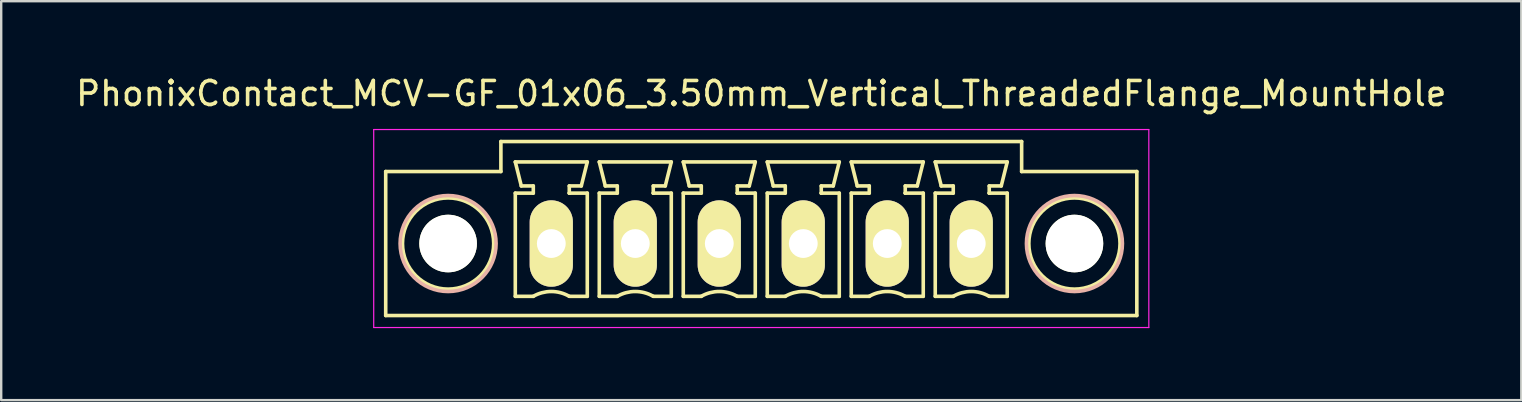
<source format=kicad_pcb>
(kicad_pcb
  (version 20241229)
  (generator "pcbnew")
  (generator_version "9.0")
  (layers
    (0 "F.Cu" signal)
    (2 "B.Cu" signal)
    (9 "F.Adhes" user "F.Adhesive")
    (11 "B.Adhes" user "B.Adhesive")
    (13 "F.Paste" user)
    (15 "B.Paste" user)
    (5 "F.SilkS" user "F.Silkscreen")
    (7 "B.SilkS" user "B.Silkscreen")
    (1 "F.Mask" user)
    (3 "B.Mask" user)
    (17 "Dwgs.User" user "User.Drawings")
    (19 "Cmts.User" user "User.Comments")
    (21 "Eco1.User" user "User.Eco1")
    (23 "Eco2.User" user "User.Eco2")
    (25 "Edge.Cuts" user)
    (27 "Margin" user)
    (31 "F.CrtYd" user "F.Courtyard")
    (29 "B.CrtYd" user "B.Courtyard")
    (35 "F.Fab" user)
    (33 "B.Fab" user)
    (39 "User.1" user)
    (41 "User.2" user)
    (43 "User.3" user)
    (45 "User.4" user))
  (footprint "PhonixContact_MCV-GF_01x06_3.50mm_Vertical_ThreadedFlange_MountHole"
    (layer "F.Cu")
    (at 19.923 7.098)
    (property "Reference" "PhonixContact_MCV-GF_01x06_3.50mm_Vertical_ThreadedFlange_MountHole" (at 8.75 -6.25 0) (layer "F.SilkS") (effects (font (size 1 1) (thickness 0.15))))
    (attr through_hole)
    (fp_line (start -6.9 -3) (end -6.9 3) (stroke (width 0.15) (type solid)) (layer "F.SilkS"))
    (fp_line (start -6.9 3) (end 24.4 3) (stroke (width 0.15) (type solid)) (layer "F.SilkS"))
    (fp_line (start -2.1 -4.25) (end -2.1 -3) (stroke (width 0.15) (type solid)) (layer "F.SilkS"))
    (fp_line (start -2.1 -3) (end -6.9 -3) (stroke (width 0.15) (type solid)) (layer "F.SilkS"))
    (fp_line (start -1.5 -3.4) (end 1.5 -3.4) (stroke (width 0.15) (type solid)) (layer "F.SilkS"))
    (fp_line (start -1.5 -2.1) (end -0.75 -2.1) (stroke (width 0.15) (type solid)) (layer "F.SilkS"))
    (fp_line (start -1.5 2.2) (end -1.5 -2.1) (stroke (width 0.15) (type solid)) (layer "F.SilkS"))
    (fp_line (start -1.25 -2.4) (end -1.5 -3.4) (stroke (width 0.15) (type solid)) (layer "F.SilkS"))
    (fp_line (start -0.75 -2.4) (end -1.25 -2.4) (stroke (width 0.15) (type solid)) (layer "F.SilkS"))
    (fp_line (start -0.75 -2.1) (end -0.75 -2.4) (stroke (width 0.15) (type solid)) (layer "F.SilkS"))
    (fp_line (start -0.75 2.2) (end -1.5 2.2) (stroke (width 0.15) (type solid)) (layer "F.SilkS"))
    (fp_line (start 0.75 -2.4) (end 0.75 -2.1) (stroke (width 0.15) (type solid)) (layer "F.SilkS"))
    (fp_line (start 0.75 -2.1) (end 0.75 -2.1) (stroke (width 0.15) (type solid)) (layer "F.SilkS"))
    (fp_line (start 0.75 -2.1) (end 1.5 -2.1) (stroke (width 0.15) (type solid)) (layer "F.SilkS"))
    (fp_line (start 1.25 -2.4) (end 0.75 -2.4) (stroke (width 0.15) (type solid)) (layer "F.SilkS"))
    (fp_line (start 1.5 -3.4) (end 1.25 -2.4) (stroke (width 0.15) (type solid)) (layer "F.SilkS"))
    (fp_line (start 1.5 -2.1) (end 1.5 2.2) (stroke (width 0.15) (type solid)) (layer "F.SilkS"))
    (fp_line (start 1.5 2.2) (end 0.75 2.2) (stroke (width 0.15) (type solid)) (layer "F.SilkS"))
    (fp_line (start 2 -3.4) (end 5 -3.4) (stroke (width 0.15) (type solid)) (layer "F.SilkS"))
    (fp_line (start 2 -2.1) (end 2.75 -2.1) (stroke (width 0.15) (type solid)) (layer "F.SilkS"))
    (fp_line (start 2 2.2) (end 2 -2.1) (stroke (width 0.15) (type solid)) (layer "F.SilkS"))
    (fp_line (start 2.25 -2.4) (end 2 -3.4) (stroke (width 0.15) (type solid)) (layer "F.SilkS"))
    (fp_line (start 2.75 -2.4) (end 2.25 -2.4) (stroke (width 0.15) (type solid)) (layer "F.SilkS"))
    (fp_line (start 2.75 -2.1) (end 2.75 -2.4) (stroke (width 0.15) (type solid)) (layer "F.SilkS"))
    (fp_line (start 2.75 2.2) (end 2 2.2) (stroke (width 0.15) (type solid)) (layer "F.SilkS"))
    (fp_line (start 4.25 -2.4) (end 4.25 -2.1) (stroke (width 0.15) (type solid)) (layer "F.SilkS"))
    (fp_line (start 4.25 -2.1) (end 4.25 -2.1) (stroke (width 0.15) (type solid)) (layer "F.SilkS"))
    (fp_line (start 4.25 -2.1) (end 5 -2.1) (stroke (width 0.15) (type solid)) (layer "F.SilkS"))
    (fp_line (start 4.75 -2.4) (end 4.25 -2.4) (stroke (width 0.15) (type solid)) (layer "F.SilkS"))
    (fp_line (start 5 -3.4) (end 4.75 -2.4) (stroke (width 0.15) (type solid)) (layer "F.SilkS"))
    (fp_line (start 5 -2.1) (end 5 2.2) (stroke (width 0.15) (type solid)) (layer "F.SilkS"))
    (fp_line (start 5 2.2) (end 4.25 2.2) (stroke (width 0.15) (type solid)) (layer "F.SilkS"))
    (fp_line (start 5.5 -3.4) (end 8.5 -3.4) (stroke (width 0.15) (type solid)) (layer "F.SilkS"))
    (fp_line (start 5.5 -2.1) (end 6.25 -2.1) (stroke (width 0.15) (type solid)) (layer "F.SilkS"))
    (fp_line (start 5.5 2.2) (end 5.5 -2.1) (stroke (width 0.15) (type solid)) (layer "F.SilkS"))
    (fp_line (start 5.75 -2.4) (end 5.5 -3.4) (stroke (width 0.15) (type solid)) (layer "F.SilkS"))
    (fp_line (start 6.25 -2.4) (end 5.75 -2.4) (stroke (width 0.15) (type solid)) (layer "F.SilkS"))
    (fp_line (start 6.25 -2.1) (end 6.25 -2.4) (stroke (width 0.15) (type solid)) (layer "F.SilkS"))
    (fp_line (start 6.25 2.2) (end 5.5 2.2) (stroke (width 0.15) (type solid)) (layer "F.SilkS"))
    (fp_line (start 7.75 -2.4) (end 7.75 -2.1) (stroke (width 0.15) (type solid)) (layer "F.SilkS"))
    (fp_line (start 7.75 -2.1) (end 7.75 -2.1) (stroke (width 0.15) (type solid)) (layer "F.SilkS"))
    (fp_line (start 7.75 -2.1) (end 8.5 -2.1) (stroke (width 0.15) (type solid)) (layer "F.SilkS"))
    (fp_line (start 8.25 -2.4) (end 7.75 -2.4) (stroke (width 0.15) (type solid)) (layer "F.SilkS"))
    (fp_line (start 8.5 -3.4) (end 8.25 -2.4) (stroke (width 0.15) (type solid)) (layer "F.SilkS"))
    (fp_line (start 8.5 -2.1) (end 8.5 2.2) (stroke (width 0.15) (type solid)) (layer "F.SilkS"))
    (fp_line (start 8.5 2.2) (end 7.75 2.2) (stroke (width 0.15) (type solid)) (layer "F.SilkS"))
    (fp_line (start 9 -3.4) (end 12 -3.4) (stroke (width 0.15) (type solid)) (layer "F.SilkS"))
    (fp_line (start 9 -2.1) (end 9.75 -2.1) (stroke (width 0.15) (type solid)) (layer "F.SilkS"))
    (fp_line (start 9 2.2) (end 9 -2.1) (stroke (width 0.15) (type solid)) (layer "F.SilkS"))
    (fp_line (start 9.25 -2.4) (end 9 -3.4) (stroke (width 0.15) (type solid)) (layer "F.SilkS"))
    (fp_line (start 9.75 -2.4) (end 9.25 -2.4) (stroke (width 0.15) (type solid)) (layer "F.SilkS"))
    (fp_line (start 9.75 -2.1) (end 9.75 -2.4) (stroke (width 0.15) (type solid)) (layer "F.SilkS"))
    (fp_line (start 9.75 2.2) (end 9 2.2) (stroke (width 0.15) (type solid)) (layer "F.SilkS"))
    (fp_line (start 11.25 -2.4) (end 11.25 -2.1) (stroke (width 0.15) (type solid)) (layer "F.SilkS"))
    (fp_line (start 11.25 -2.1) (end 11.25 -2.1) (stroke (width 0.15) (type solid)) (layer "F.SilkS"))
    (fp_line (start 11.25 -2.1) (end 12 -2.1) (stroke (width 0.15) (type solid)) (layer "F.SilkS"))
    (fp_line (start 11.75 -2.4) (end 11.25 -2.4) (stroke (width 0.15) (type solid)) (layer "F.SilkS"))
    (fp_line (start 12 -3.4) (end 11.75 -2.4) (stroke (width 0.15) (type solid)) (layer "F.SilkS"))
    (fp_line (start 12 -2.1) (end 12 2.2) (stroke (width 0.15) (type solid)) (layer "F.SilkS"))
    (fp_line (start 12 2.2) (end 11.25 2.2) (stroke (width 0.15) (type solid)) (layer "F.SilkS"))
    (fp_line (start 12.5 -3.4) (end 15.5 -3.4) (stroke (width 0.15) (type solid)) (layer "F.SilkS"))
    (fp_line (start 12.5 -2.1) (end 13.25 -2.1) (stroke (width 0.15) (type solid)) (layer "F.SilkS"))
    (fp_line (start 12.5 2.2) (end 12.5 -2.1) (stroke (width 0.15) (type solid)) (layer "F.SilkS"))
    (fp_line (start 12.75 -2.4) (end 12.5 -3.4) (stroke (width 0.15) (type solid)) (layer "F.SilkS"))
    (fp_line (start 13.25 -2.4) (end 12.75 -2.4) (stroke (width 0.15) (type solid)) (layer "F.SilkS"))
    (fp_line (start 13.25 -2.1) (end 13.25 -2.4) (stroke (width 0.15) (type solid)) (layer "F.SilkS"))
    (fp_line (start 13.25 2.2) (end 12.5 2.2) (stroke (width 0.15) (type solid)) (layer "F.SilkS"))
    (fp_line (start 14.75 -2.4) (end 14.75 -2.1) (stroke (width 0.15) (type solid)) (layer "F.SilkS"))
    (fp_line (start 14.75 -2.1) (end 14.75 -2.1) (stroke (width 0.15) (type solid)) (layer "F.SilkS"))
    (fp_line (start 14.75 -2.1) (end 15.5 -2.1) (stroke (width 0.15) (type solid)) (layer "F.SilkS"))
    (fp_line (start 15.25 -2.4) (end 14.75 -2.4) (stroke (width 0.15) (type solid)) (layer "F.SilkS"))
    (fp_line (start 15.5 -3.4) (end 15.25 -2.4) (stroke (width 0.15) (type solid)) (layer "F.SilkS"))
    (fp_line (start 15.5 -2.1) (end 15.5 2.2) (stroke (width 0.15) (type solid)) (layer "F.SilkS"))
    (fp_line (start 15.5 2.2) (end 14.75 2.2) (stroke (width 0.15) (type solid)) (layer "F.SilkS"))
    (fp_line (start 16 -3.4) (end 19 -3.4) (stroke (width 0.15) (type solid)) (layer "F.SilkS"))
    (fp_line (start 16 -2.1) (end 16.75 -2.1) (stroke (width 0.15) (type solid)) (layer "F.SilkS"))
    (fp_line (start 16 2.2) (end 16 -2.1) (stroke (width 0.15) (type solid)) (layer "F.SilkS"))
    (fp_line (start 16.25 -2.4) (end 16 -3.4) (stroke (width 0.15) (type solid)) (layer "F.SilkS"))
    (fp_line (start 16.75 -2.4) (end 16.25 -2.4) (stroke (width 0.15) (type solid)) (layer "F.SilkS"))
    (fp_line (start 16.75 -2.1) (end 16.75 -2.4) (stroke (width 0.15) (type solid)) (layer "F.SilkS"))
    (fp_line (start 16.75 2.2) (end 16 2.2) (stroke (width 0.15) (type solid)) (layer "F.SilkS"))
    (fp_line (start 18.25 -2.4) (end 18.25 -2.1) (stroke (width 0.15) (type solid)) (layer "F.SilkS"))
    (fp_line (start 18.25 -2.1) (end 18.25 -2.1) (stroke (width 0.15) (type solid)) (layer "F.SilkS"))
    (fp_line (start 18.25 -2.1) (end 19 -2.1) (stroke (width 0.15) (type solid)) (layer "F.SilkS"))
    (fp_line (start 18.75 -2.4) (end 18.25 -2.4) (stroke (width 0.15) (type solid)) (layer "F.SilkS"))
    (fp_line (start 19 -3.4) (end 18.75 -2.4) (stroke (width 0.15) (type solid)) (layer "F.SilkS"))
    (fp_line (start 19 -2.1) (end 19 2.2) (stroke (width 0.15) (type solid)) (layer "F.SilkS"))
    (fp_line (start 19 2.2) (end 18.25 2.2) (stroke (width 0.15) (type solid)) (layer "F.SilkS"))
    (fp_line (start 19.6 -4.25) (end -2.1 -4.25) (stroke (width 0.15) (type solid)) (layer "F.SilkS"))
    (fp_line (start 19.6 -3) (end 19.6 -4.25) (stroke (width 0.15) (type solid)) (layer "F.SilkS"))
    (fp_line (start 24.4 -3) (end 19.6 -3) (stroke (width 0.15) (type solid)) (layer "F.SilkS"))
    (fp_line (start 24.4 3) (end 24.4 -3) (stroke (width 0.15) (type solid)) (layer "F.SilkS"))
    (fp_arc (start -0.75 2.2) (mid -0.006068 1.999179) (end 0.739464 2.193978) (stroke (width 0.15) (type solid)) (layer "F.SilkS"))
    (fp_arc (start 2.75 2.2) (mid 3.493932 1.999179) (end 4.239464 2.193978) (stroke (width 0.15) (type solid)) (layer "F.SilkS"))
    (fp_arc (start 6.25 2.2) (mid 6.993932 1.999179) (end 7.739464 2.193978) (stroke (width 0.15) (type solid)) (layer "F.SilkS"))
    (fp_arc (start 9.75 2.2) (mid 10.493932 1.999179) (end 11.239464 2.193978) (stroke (width 0.15) (type solid)) (layer "F.SilkS"))
    (fp_arc (start 13.25 2.2) (mid 13.993932 1.999179) (end 14.739464 2.193978) (stroke (width 0.15) (type solid)) (layer "F.SilkS"))
    (fp_arc (start 16.75 2.2) (mid 17.493932 1.999179) (end 18.239464 2.193978) (stroke (width 0.15) (type solid)) (layer "F.SilkS"))
    (fp_circle (center -4.3 0) (end -2.4 0) (stroke (width 0.15) (type solid)) (fill no) (layer "F.SilkS"))
    (fp_circle (center 21.8 0) (end 23.7 0) (stroke (width 0.15) (type solid)) (fill no) (layer "F.SilkS"))
    (fp_circle (center -4.3 0) (end -2.3 0) (stroke (width 0.15) (type solid)) (fill no) (layer "B.SilkS"))
    (fp_circle (center 21.8 0) (end 23.8 0) (stroke (width 0.15) (type solid)) (fill no) (layer "B.SilkS"))
    (fp_line (start -7.4 -4.75) (end -7.4 3.5) (stroke (width 0.05) (type solid)) (layer "F.CrtYd"))
    (fp_line (start -7.4 3.5) (end 24.9 3.5) (stroke (width 0.05) (type solid)) (layer "F.CrtYd"))
    (fp_line (start 24.9 -4.75) (end -7.4 -4.75) (stroke (width 0.05) (type solid)) (layer "F.CrtYd"))
    (fp_line (start 24.9 3.5) (end 24.9 -4.75) (stroke (width 0.05) (type solid)) (layer "F.CrtYd"))
    (pad "" np_thru_hole circle (at -4.3 0) (size 2.4 2.4) (drill 2.4) (layers "*.Cu" "*.Mask" "F.SilkS"))
    (pad "" np_thru_hole circle (at 21.8 0) (size 2.4 2.4) (drill 2.4) (layers "*.Cu" "*.Mask" "F.SilkS"))
    (pad "1" thru_hole oval (at 0 0) (size 1.8 3.6) (drill 1.2) (layers "*.Cu" "*.Mask" "F.SilkS"))
    (pad "2" thru_hole oval (at 3.5 0) (size 1.8 3.6) (drill 1.2) (layers "*.Cu" "*.Mask" "F.SilkS"))
    (pad "3" thru_hole oval (at 7 0) (size 1.8 3.6) (drill 1.2) (layers "*.Cu" "*.Mask" "F.SilkS"))
    (pad "4" thru_hole oval (at 10.5 0) (size 1.8 3.6) (drill 1.2) (layers "*.Cu" "*.Mask" "F.SilkS"))
    (pad "5" thru_hole oval (at 14 0) (size 1.8 3.6) (drill 1.2) (layers "*.Cu" "*.Mask" "F.SilkS"))
    (pad "6" thru_hole oval (at 17.5 0) (size 1.8 3.6) (drill 1.2) (layers "*.Cu" "*.Mask" "F.SilkS")))
  (gr_rect
    (start -3 -3)
    (end 60.345 13.623)
    (stroke (width 0.1) (type default))
    (fill no)
    (layer "Edge.Cuts")))
</source>
